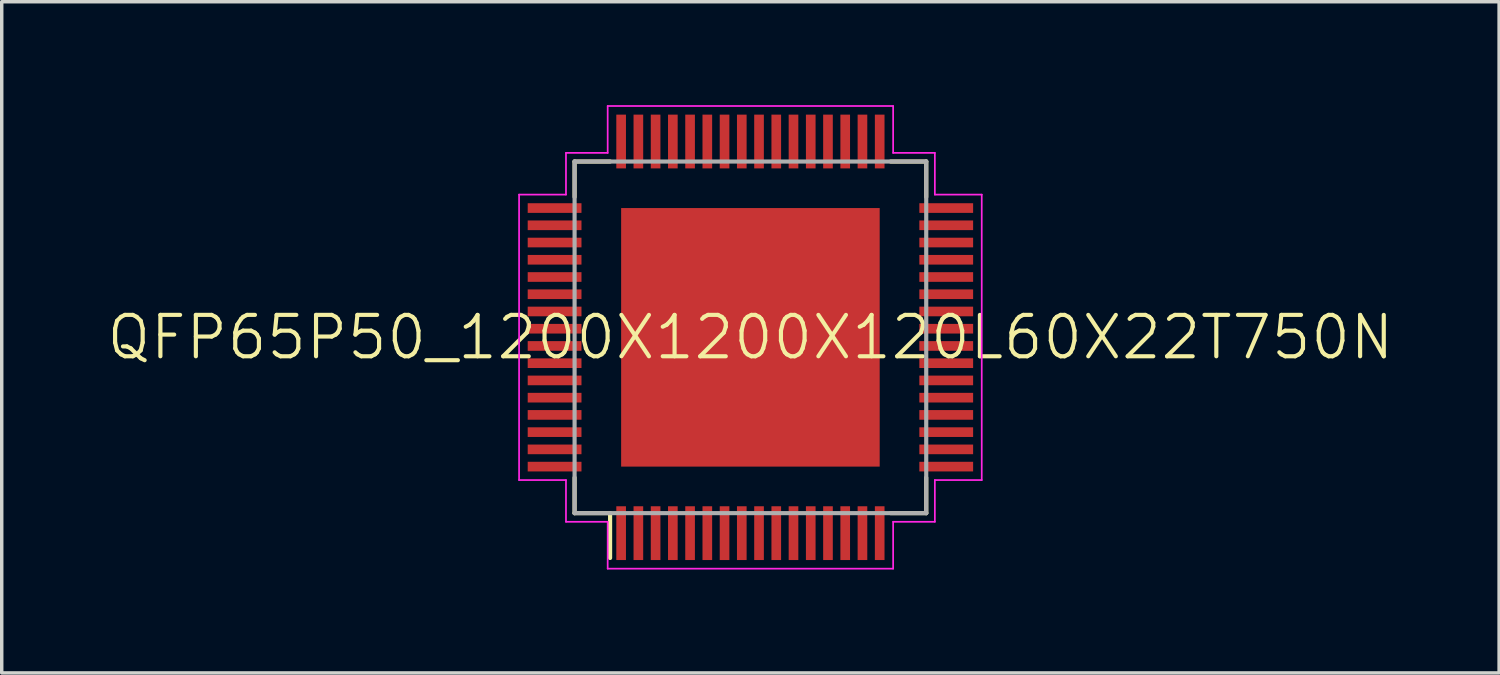
<source format=kicad_pcb>
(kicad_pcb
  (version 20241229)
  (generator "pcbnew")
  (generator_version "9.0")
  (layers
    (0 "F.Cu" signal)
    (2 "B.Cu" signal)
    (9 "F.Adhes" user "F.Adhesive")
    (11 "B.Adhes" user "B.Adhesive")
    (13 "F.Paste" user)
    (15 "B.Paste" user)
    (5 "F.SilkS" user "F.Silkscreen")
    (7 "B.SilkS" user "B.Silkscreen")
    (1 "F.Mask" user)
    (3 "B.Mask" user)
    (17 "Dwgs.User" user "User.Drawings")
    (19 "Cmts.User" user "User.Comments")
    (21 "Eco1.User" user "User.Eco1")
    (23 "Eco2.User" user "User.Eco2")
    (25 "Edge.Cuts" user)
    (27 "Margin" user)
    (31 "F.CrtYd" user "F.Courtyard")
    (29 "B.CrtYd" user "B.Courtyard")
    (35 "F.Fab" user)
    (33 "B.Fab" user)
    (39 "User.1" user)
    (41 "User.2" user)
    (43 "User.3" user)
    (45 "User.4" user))
  (footprint "QFP65P50_1200X1200X120L60X22T750N"
    (layer "F.Cu")
    (at 18.717 6.735)
    (property "Reference" "QFP65P50_1200X1200X120L60X22T750N" (at 0 0 0) (layer "F.SilkS") (effects (font (size 1.2 1.2) (thickness 0.12))))
    (attr smd)
    (fp_line (start -5.1 -5.1) (end -5.1 -4.07) (stroke (width 0.12) (type solid)) (layer "F.SilkS"))
    (fp_line (start -5.1 5.1) (end -5.1 4.07) (stroke (width 0.12) (type solid)) (layer "F.SilkS"))
    (fp_line (start -4.07 -5.1) (end -5.1 -5.1) (stroke (width 0.12) (type solid)) (layer "F.SilkS"))
    (fp_line (start -4.07 5.1) (end -5.1 5.1) (stroke (width 0.12) (type solid)) (layer "F.SilkS"))
    (fp_line (start -4.07 5.1) (end -4.07 6.4) (stroke (width 0.12) (type solid)) (layer "F.SilkS"))
    (fp_line (start 4.07 -5.1) (end 5.1 -5.1) (stroke (width 0.12) (type solid)) (layer "F.SilkS"))
    (fp_line (start 4.07 5.1) (end 5.1 5.1) (stroke (width 0.12) (type solid)) (layer "F.SilkS"))
    (fp_line (start 5.1 -5.1) (end 5.1 -4.07) (stroke (width 0.12) (type solid)) (layer "F.SilkS"))
    (fp_line (start 5.1 5.1) (end 5.1 4.07) (stroke (width 0.12) (type solid)) (layer "F.SilkS"))
    (fp_line (start -6.71 -4.14) (end -6.71 4.14) (stroke (width 0.05) (type solid)) (layer "F.CrtYd"))
    (fp_line (start -6.71 4.14) (end -5.35 4.14) (stroke (width 0.05) (type solid)) (layer "F.CrtYd"))
    (fp_line (start -5.35 -5.35) (end -5.35 -4.14) (stroke (width 0.05) (type solid)) (layer "F.CrtYd"))
    (fp_line (start -5.35 -4.14) (end -6.71 -4.14) (stroke (width 0.05) (type solid)) (layer "F.CrtYd"))
    (fp_line (start -5.35 4.14) (end -5.35 5.35) (stroke (width 0.05) (type solid)) (layer "F.CrtYd"))
    (fp_line (start -5.35 5.35) (end -4.14 5.35) (stroke (width 0.05) (type solid)) (layer "F.CrtYd"))
    (fp_line (start -4.14 -6.71) (end -4.14 -5.35) (stroke (width 0.05) (type solid)) (layer "F.CrtYd"))
    (fp_line (start -4.14 -5.35) (end -5.35 -5.35) (stroke (width 0.05) (type solid)) (layer "F.CrtYd"))
    (fp_line (start -4.14 5.35) (end -4.14 6.71) (stroke (width 0.05) (type solid)) (layer "F.CrtYd"))
    (fp_line (start -4.14 6.71) (end 4.14 6.71) (stroke (width 0.05) (type solid)) (layer "F.CrtYd"))
    (fp_line (start 4.14 -6.71) (end -4.14 -6.71) (stroke (width 0.05) (type solid)) (layer "F.CrtYd"))
    (fp_line (start 4.14 -5.35) (end 4.14 -6.71) (stroke (width 0.05) (type solid)) (layer "F.CrtYd"))
    (fp_line (start 4.14 5.35) (end 5.35 5.35) (stroke (width 0.05) (type solid)) (layer "F.CrtYd"))
    (fp_line (start 4.14 6.71) (end 4.14 5.35) (stroke (width 0.05) (type solid)) (layer "F.CrtYd"))
    (fp_line (start 5.35 -5.35) (end 4.14 -5.35) (stroke (width 0.05) (type solid)) (layer "F.CrtYd"))
    (fp_line (start 5.35 -4.14) (end 5.35 -5.35) (stroke (width 0.05) (type solid)) (layer "F.CrtYd"))
    (fp_line (start 5.35 4.14) (end 6.71 4.14) (stroke (width 0.05) (type solid)) (layer "F.CrtYd"))
    (fp_line (start 5.35 5.35) (end 5.35 4.14) (stroke (width 0.05) (type solid)) (layer "F.CrtYd"))
    (fp_line (start 6.71 -4.14) (end 5.35 -4.14) (stroke (width 0.05) (type solid)) (layer "F.CrtYd"))
    (fp_line (start 6.71 4.14) (end 6.71 -4.14) (stroke (width 0.05) (type solid)) (layer "F.CrtYd"))
    (fp_line (start -5.1 -5.1) (end 5.1 -5.1) (stroke (width 0.12) (type solid)) (layer "F.Fab"))
    (fp_line (start -5.1 5.1) (end -5.1 -5.1) (stroke (width 0.12) (type solid)) (layer "F.Fab"))
    (fp_line (start 5.1 -5.1) (end 5.1 5.1) (stroke (width 0.12) (type solid)) (layer "F.Fab"))
    (fp_line (start 5.1 5.1) (end -5.1 5.1) (stroke (width 0.12) (type solid)) (layer "F.Fab"))
    (pad "1" smd rect (at -3.75 5.68 90) (size 1.56 0.28) (layers "F.Cu" "F.Mask" "F.Paste"))
    (pad "2" smd rect (at -3.25 5.68 90) (size 1.56 0.28) (layers "F.Cu" "F.Mask" "F.Paste"))
    (pad "3" smd rect (at -2.75 5.68 90) (size 1.56 0.28) (layers "F.Cu" "F.Mask" "F.Paste"))
    (pad "4" smd rect (at -2.25 5.68 90) (size 1.56 0.28) (layers "F.Cu" "F.Mask" "F.Paste"))
    (pad "5" smd rect (at -1.75 5.68 90) (size 1.56 0.28) (layers "F.Cu" "F.Mask" "F.Paste"))
    (pad "6" smd rect (at -1.25 5.68 90) (size 1.56 0.28) (layers "F.Cu" "F.Mask" "F.Paste"))
    (pad "7" smd rect (at -0.75 5.68 90) (size 1.56 0.28) (layers "F.Cu" "F.Mask" "F.Paste"))
    (pad "8" smd rect (at -0.25 5.68 90) (size 1.56 0.28) (layers "F.Cu" "F.Mask" "F.Paste"))
    (pad "9" smd rect (at 0.25 5.68 90) (size 1.56 0.28) (layers "F.Cu" "F.Mask" "F.Paste"))
    (pad "10" smd rect (at 0.75 5.68 90) (size 1.56 0.28) (layers "F.Cu" "F.Mask" "F.Paste"))
    (pad "11" smd rect (at 1.25 5.68 90) (size 1.56 0.28) (layers "F.Cu" "F.Mask" "F.Paste"))
    (pad "12" smd rect (at 1.75 5.68 90) (size 1.56 0.28) (layers "F.Cu" "F.Mask" "F.Paste"))
    (pad "13" smd rect (at 2.25 5.68 90) (size 1.56 0.28) (layers "F.Cu" "F.Mask" "F.Paste"))
    (pad "14" smd rect (at 2.75 5.68 90) (size 1.56 0.28) (layers "F.Cu" "F.Mask" "F.Paste"))
    (pad "15" smd rect (at 3.25 5.68 90) (size 1.56 0.28) (layers "F.Cu" "F.Mask" "F.Paste"))
    (pad "16" smd rect (at 3.75 5.68 90) (size 1.56 0.28) (layers "F.Cu" "F.Mask" "F.Paste"))
    (pad "17" smd rect (at 5.68 3.75) (size 1.56 0.28) (layers "F.Cu" "F.Mask" "F.Paste"))
    (pad "18" smd rect (at 5.68 3.25) (size 1.56 0.28) (layers "F.Cu" "F.Mask" "F.Paste"))
    (pad "19" smd rect (at 5.68 2.75) (size 1.56 0.28) (layers "F.Cu" "F.Mask" "F.Paste"))
    (pad "20" smd rect (at 5.68 2.25) (size 1.56 0.28) (layers "F.Cu" "F.Mask" "F.Paste"))
    (pad "21" smd rect (at 5.68 1.75) (size 1.56 0.28) (layers "F.Cu" "F.Mask" "F.Paste"))
    (pad "22" smd rect (at 5.68 1.25) (size 1.56 0.28) (layers "F.Cu" "F.Mask" "F.Paste"))
    (pad "23" smd rect (at 5.68 0.75) (size 1.56 0.28) (layers "F.Cu" "F.Mask" "F.Paste"))
    (pad "24" smd rect (at 5.68 0.25) (size 1.56 0.28) (layers "F.Cu" "F.Mask" "F.Paste"))
    (pad "25" smd rect (at 5.68 -0.25) (size 1.56 0.28) (layers "F.Cu" "F.Mask" "F.Paste"))
    (pad "26" smd rect (at 5.68 -0.75) (size 1.56 0.28) (layers "F.Cu" "F.Mask" "F.Paste"))
    (pad "27" smd rect (at 5.68 -1.25) (size 1.56 0.28) (layers "F.Cu" "F.Mask" "F.Paste"))
    (pad "28" smd rect (at 5.68 -1.75) (size 1.56 0.28) (layers "F.Cu" "F.Mask" "F.Paste"))
    (pad "29" smd rect (at 5.68 -2.25) (size 1.56 0.28) (layers "F.Cu" "F.Mask" "F.Paste"))
    (pad "30" smd rect (at 5.68 -2.75) (size 1.56 0.28) (layers "F.Cu" "F.Mask" "F.Paste"))
    (pad "31" smd rect (at 5.68 -3.25) (size 1.56 0.28) (layers "F.Cu" "F.Mask" "F.Paste"))
    (pad "32" smd rect (at 5.68 -3.75) (size 1.56 0.28) (layers "F.Cu" "F.Mask" "F.Paste"))
    (pad "33" smd rect (at 3.75 -5.68 90) (size 1.56 0.28) (layers "F.Cu" "F.Mask" "F.Paste"))
    (pad "34" smd rect (at 3.25 -5.68 90) (size 1.56 0.28) (layers "F.Cu" "F.Mask" "F.Paste"))
    (pad "35" smd rect (at 2.75 -5.68 90) (size 1.56 0.28) (layers "F.Cu" "F.Mask" "F.Paste"))
    (pad "36" smd rect (at 2.25 -5.68 90) (size 1.56 0.28) (layers "F.Cu" "F.Mask" "F.Paste"))
    (pad "37" smd rect (at 1.75 -5.68 90) (size 1.56 0.28) (layers "F.Cu" "F.Mask" "F.Paste"))
    (pad "38" smd rect (at 1.25 -5.68 90) (size 1.56 0.28) (layers "F.Cu" "F.Mask" "F.Paste"))
    (pad "39" smd rect (at 0.75 -5.68 90) (size 1.56 0.28) (layers "F.Cu" "F.Mask" "F.Paste"))
    (pad "40" smd rect (at 0.25 -5.68 90) (size 1.56 0.28) (layers "F.Cu" "F.Mask" "F.Paste"))
    (pad "41" smd rect (at -0.25 -5.68 90) (size 1.56 0.28) (layers "F.Cu" "F.Mask" "F.Paste"))
    (pad "42" smd rect (at -0.75 -5.68 90) (size 1.56 0.28) (layers "F.Cu" "F.Mask" "F.Paste"))
    (pad "43" smd rect (at -1.25 -5.68 90) (size 1.56 0.28) (layers "F.Cu" "F.Mask" "F.Paste"))
    (pad "44" smd rect (at -1.75 -5.68 90) (size 1.56 0.28) (layers "F.Cu" "F.Mask" "F.Paste"))
    (pad "45" smd rect (at -2.25 -5.68 90) (size 1.56 0.28) (layers "F.Cu" "F.Mask" "F.Paste"))
    (pad "46" smd rect (at -2.75 -5.68 90) (size 1.56 0.28) (layers "F.Cu" "F.Mask" "F.Paste"))
    (pad "47" smd rect (at -3.25 -5.68 90) (size 1.56 0.28) (layers "F.Cu" "F.Mask" "F.Paste"))
    (pad "48" smd rect (at -3.75 -5.68 90) (size 1.56 0.28) (layers "F.Cu" "F.Mask" "F.Paste"))
    (pad "49" smd rect (at -5.68 -3.75) (size 1.56 0.28) (layers "F.Cu" "F.Mask" "F.Paste"))
    (pad "50" smd rect (at -5.68 -3.25) (size 1.56 0.28) (layers "F.Cu" "F.Mask" "F.Paste"))
    (pad "51" smd rect (at -5.68 -2.75) (size 1.56 0.28) (layers "F.Cu" "F.Mask" "F.Paste"))
    (pad "52" smd rect (at -5.68 -2.25) (size 1.56 0.28) (layers "F.Cu" "F.Mask" "F.Paste"))
    (pad "53" smd rect (at -5.68 -1.75) (size 1.56 0.28) (layers "F.Cu" "F.Mask" "F.Paste"))
    (pad "54" smd rect (at -5.68 -1.25) (size 1.56 0.28) (layers "F.Cu" "F.Mask" "F.Paste"))
    (pad "55" smd rect (at -5.68 -0.75) (size 1.56 0.28) (layers "F.Cu" "F.Mask" "F.Paste"))
    (pad "56" smd rect (at -5.68 -0.25) (size 1.56 0.28) (layers "F.Cu" "F.Mask" "F.Paste"))
    (pad "57" smd rect (at -5.68 0.25) (size 1.56 0.28) (layers "F.Cu" "F.Mask" "F.Paste"))
    (pad "58" smd rect (at -5.68 0.75) (size 1.56 0.28) (layers "F.Cu" "F.Mask" "F.Paste"))
    (pad "59" smd rect (at -5.68 1.25) (size 1.56 0.28) (layers "F.Cu" "F.Mask" "F.Paste"))
    (pad "60" smd rect (at -5.68 1.75) (size 1.56 0.28) (layers "F.Cu" "F.Mask" "F.Paste"))
    (pad "61" smd rect (at -5.68 2.25) (size 1.56 0.28) (layers "F.Cu" "F.Mask" "F.Paste"))
    (pad "62" smd rect (at -5.68 2.75) (size 1.56 0.28) (layers "F.Cu" "F.Mask" "F.Paste"))
    (pad "63" smd rect (at -5.68 3.25) (size 1.56 0.28) (layers "F.Cu" "F.Mask" "F.Paste"))
    (pad "64" smd rect (at -5.68 3.75) (size 1.56 0.28) (layers "F.Cu" "F.Mask" "F.Paste"))
    (pad "65" smd rect (at 0 0) (size 7.5 7.5) (layers "F.Cu" "F.Mask")))
  (gr_rect
    (start -3 -3)
    (end 40.434 16.47)
    (stroke (width 0.1) (type default))
    (fill no)
    (layer "Edge.Cuts")))
</source>
